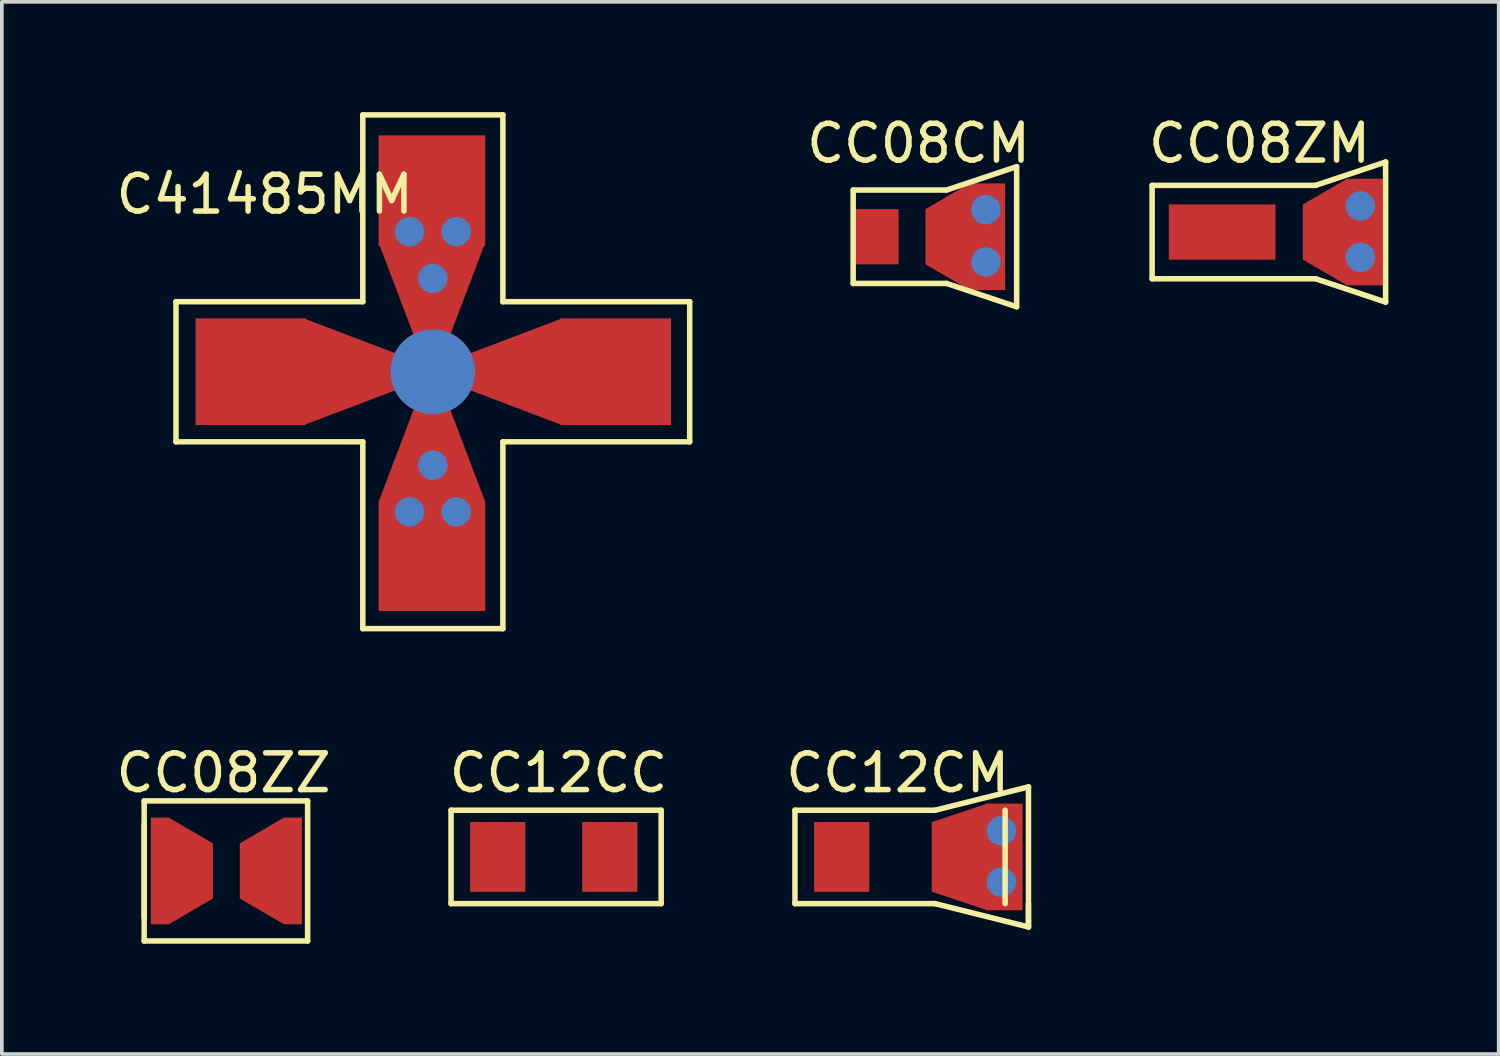
<source format=kicad_pcb>
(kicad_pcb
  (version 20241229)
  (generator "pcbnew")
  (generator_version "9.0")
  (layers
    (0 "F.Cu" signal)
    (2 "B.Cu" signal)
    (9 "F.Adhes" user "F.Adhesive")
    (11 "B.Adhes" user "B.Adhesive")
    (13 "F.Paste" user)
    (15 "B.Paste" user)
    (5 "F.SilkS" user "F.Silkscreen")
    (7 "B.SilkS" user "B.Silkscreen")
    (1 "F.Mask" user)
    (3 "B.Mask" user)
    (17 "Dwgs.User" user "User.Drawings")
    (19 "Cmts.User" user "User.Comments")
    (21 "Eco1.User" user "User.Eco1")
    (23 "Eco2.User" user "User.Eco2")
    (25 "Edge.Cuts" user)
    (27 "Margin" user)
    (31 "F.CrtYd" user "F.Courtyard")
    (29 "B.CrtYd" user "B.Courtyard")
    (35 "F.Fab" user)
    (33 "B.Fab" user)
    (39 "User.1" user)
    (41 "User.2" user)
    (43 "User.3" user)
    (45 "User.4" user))
  (footprint "CC08ZM"
    (layer "F.Cu")
    (at 32.727 3.261)
    (property "Reference" "CC08ZM" (at -1.524 -2.413 0) (layer "F.SilkS") (effects (font (size 1 1) (thickness 0.15))))
    (attr through_hole)
    (fp_line (start -4.445 -1.27) (end -4.445 1.27) (stroke (width 0.15) (type solid)) (layer "F.SilkS"))
    (fp_line (start -4.445 -1.27) (end 0 -1.27) (stroke (width 0.15) (type solid)) (layer "F.SilkS"))
    (fp_line (start -4.445 1.27) (end 0 1.27) (stroke (width 0.15) (type solid)) (layer "F.SilkS"))
    (fp_line (start 0 -1.27) (end 1.905 -1.905) (stroke (width 0.15) (type solid)) (layer "F.SilkS"))
    (fp_line (start 1.905 -1.905) (end 1.905 1.905) (stroke (width 0.15) (type solid)) (layer "F.SilkS"))
    (fp_line (start 1.905 1.905) (end 0 1.27) (stroke (width 0.15) (type solid)) (layer "F.SilkS"))
    (pad "1" smd rect (at -2.54 0) (size 2.901 1.501) (layers "F.Cu" "F.Mask" "F.Paste"))
    (pad "2" smd trapezoid (at 0.254 0) (size 1.199 2.2) (rect_delta -0.699 0) (layers "F.Cu" "F.Mask" "F.Paste"))
    (pad "2" thru_hole circle (at 1.219 -0.711) (size 0.8 0.8) (drill 0.000001) (layers "*.Cu" "*.Mask"))
    (pad "2" thru_hole circle (at 1.219 0.686) (size 0.8 0.8) (drill 0.000001) (layers "*.Cu" "*.Mask"))
    (pad "2" smd rect (at 1.346 0) (size 1.001 2.901) (layers "F.Cu" "F.Mask" "F.Paste")))
  (footprint "CC12CM"
    (layer "F.Cu")
    (at 21.109 20.254)
    (property "Reference" "CC12CM" (at 0.254 -2.286 0) (layer "F.SilkS") (effects (font (size 1 1) (thickness 0.15))))
    (attr through_hole)
    (fp_line (start -2.54 -1.27) (end 1.27 -1.27) (stroke (width 0.15) (type solid)) (layer "F.SilkS"))
    (fp_line (start -2.54 1.27) (end -2.54 -1.27) (stroke (width 0.15) (type solid)) (layer "F.SilkS"))
    (fp_line (start -2.54 1.27) (end 1.27 1.27) (stroke (width 0.15) (type solid)) (layer "F.SilkS"))
    (fp_line (start 1.27 -1.27) (end 3.81 -1.905) (stroke (width 0.15) (type solid)) (layer "F.SilkS"))
    (fp_line (start 1.27 1.27) (end 3.81 1.905) (stroke (width 0.15) (type solid)) (layer "F.SilkS"))
    (fp_line (start 3.175 -1.27) (end 3.175 1.27) (stroke (width 0.15) (type solid)) (layer "F.SilkS"))
    (fp_line (start 3.81 -1.905) (end 3.81 1.905) (stroke (width 0.15) (type solid)) (layer "F.SilkS"))
    (fp_line (start 3.81 1.905) (end 3.81 1.27) (stroke (width 0.15) (type solid)) (layer "F.SilkS"))
    (pad "1" smd rect (at -1.27 0) (size 1.501 1.9) (layers "F.Cu" "F.Mask" "F.Paste"))
    (pad "2" smd trapezoid (at 1.93 0) (size 1.501 2.393) (rect_delta -0.5 0) (layers "F.Cu" "F.Mask" "F.Paste"))
    (pad "2" thru_hole circle (at 3.073 -0.711) (size 0.8 0.8) (drill 0.000001) (layers "*.Cu" "*.Mask"))
    (pad "2" thru_hole circle (at 3.073 0.686) (size 0.8 0.8) (drill 0.000001) (layers "*.Cu" "*.Mask"))
    (pad "2" smd rect (at 3.15 0) (size 1.001 2.901) (layers "F.Cu" "F.Mask" "F.Paste")))
  (footprint "C41485MM"
    (layer "F.Cu")
    (at 8.721 7.06)
    (property "Reference" "C41485MM" (at -4.572 -4.826 0) (layer "F.SilkS") (effects (font (size 1 1) (thickness 0.15))))
    (attr through_hole)
    (fp_line (start -6.985 -1.905) (end -6.985 1.905) (stroke (width 0.15) (type solid)) (layer "F.SilkS"))
    (fp_line (start -6.985 1.905) (end -1.905 1.905) (stroke (width 0.15) (type solid)) (layer "F.SilkS"))
    (fp_line (start -1.905 -6.985) (end -1.905 -1.905) (stroke (width 0.15) (type solid)) (layer "F.SilkS"))
    (fp_line (start -1.905 -1.905) (end -6.985 -1.905) (stroke (width 0.15) (type solid)) (layer "F.SilkS"))
    (fp_line (start -1.905 1.905) (end -1.905 6.985) (stroke (width 0.15) (type solid)) (layer "F.SilkS"))
    (fp_line (start -1.905 6.985) (end 1.905 6.985) (stroke (width 0.15) (type solid)) (layer "F.SilkS"))
    (fp_line (start 1.905 -6.985) (end -1.905 -6.985) (stroke (width 0.15) (type solid)) (layer "F.SilkS"))
    (fp_line (start 1.905 -1.905) (end 1.905 -6.985) (stroke (width 0.15) (type solid)) (layer "F.SilkS"))
    (fp_line (start 1.905 1.905) (end 6.985 1.905) (stroke (width 0.15) (type solid)) (layer "F.SilkS"))
    (fp_line (start 1.905 6.985) (end 1.905 1.905) (stroke (width 0.15) (type solid)) (layer "F.SilkS"))
    (fp_line (start 6.985 -1.905) (end 1.905 -1.905) (stroke (width 0.15) (type solid)) (layer "F.SilkS"))
    (fp_line (start 6.985 1.905) (end 6.985 -1.905) (stroke (width 0.15) (type solid)) (layer "F.SilkS"))
    (pad "" thru_hole circle (at 0 0) (size 2.301 2.301) (drill 0.000001) (layers "*.Cu" "*.Mask"))
    (pad "1" smd rect (at -4.953 0) (size 3.002 2.901) (layers "F.Cu" "F.Mask" "F.Paste" "In14.Cu"))
    (pad "1" smd trapezoid (at -2.261 0) (size 2.502 1.951) (rect_delta 0.95 0) (layers "F.Cu" "F.Mask" "F.Paste" "In14.Cu"))
    (pad "2" thru_hole circle (at -0.635 3.81) (size 0.8 0.8) (drill 0.000001) (layers "*.Cu" "*.Mask"))
    (pad "2" smd trapezoid (at -0.025 2.286) (size 1.951 2.502) (rect_delta 0 0.95) (layers "F.Cu" "F.Mask" "F.Paste" "In14.Cu"))
    (pad "2" smd rect (at -0.025 5.004) (size 2.901 3.002) (layers "F.Cu" "F.Mask" "F.Paste" "In10.Cu" "In13.Cu" "In14.Cu"))
    (pad "2" thru_hole circle (at 0 2.54) (size 0.8 0.8) (drill 0.000001) (layers "*.Cu" "*.Mask"))
    (pad "2" thru_hole circle (at 0.635 3.81) (size 0.8 0.8) (drill 0.000001) (layers "*.Cu" "*.Mask"))
    (pad "3" smd trapezoid (at 2.261 0) (size 2.502 1.951) (rect_delta -0.95 0) (layers "F.Cu" "F.Mask" "F.Paste" "In14.Cu"))
    (pad "3" smd rect (at 4.978 0) (size 3.002 2.901) (layers "F.Cu" "F.Mask" "F.Paste" "In14.Cu"))
    (pad "4" thru_hole circle (at -0.635 -3.81) (size 0.8 0.8) (drill 0.000001) (layers "*.Cu" "*.Mask"))
    (pad "4" smd rect (at -0.025 -4.928) (size 2.901 3.002) (layers "F.Cu" "F.Mask" "F.Paste" "In10.Cu" "In13.Cu" "In14.Cu"))
    (pad "4" smd trapezoid (at -0.025 -2.261) (size 1.951 2.502) (rect_delta 0 -0.95) (layers "F.Cu" "F.Mask" "F.Paste" "In14.Cu"))
    (pad "4" thru_hole circle (at 0 -2.54) (size 0.8 0.8) (drill 0.000001) (layers "*.Cu" "*.Mask"))
    (pad "4" thru_hole circle (at 0.635 -3.81) (size 0.8 0.8) (drill 0.000001) (layers "*.Cu" "*.Mask")))
  (footprint "CC12CC"
    (layer "F.Cu")
    (at 12.01 20.254)
    (property "Reference" "CC12CC" (at 0.127 -2.286 0) (layer "F.SilkS") (effects (font (size 1 1) (thickness 0.15))))
    (attr through_hole)
    (fp_line (start -2.794 -1.27) (end 2.921 -1.27) (stroke (width 0.15) (type solid)) (layer "F.SilkS"))
    (fp_line (start -2.794 1.27) (end -2.794 -1.27) (stroke (width 0.15) (type solid)) (layer "F.SilkS"))
    (fp_line (start 2.921 -1.27) (end 2.921 1.27) (stroke (width 0.15) (type solid)) (layer "F.SilkS"))
    (fp_line (start 2.921 1.27) (end -2.794 1.27) (stroke (width 0.15) (type solid)) (layer "F.SilkS"))
    (pad "1" smd rect (at -1.524 0) (size 1.501 1.9) (layers "F.Cu" "F.Mask" "F.Paste"))
    (pad "2" smd rect (at 1.524 0) (size 1.501 1.9) (layers "F.Cu" "F.Mask" "F.Paste")))
  (footprint "CC08CM"
    (layer "F.Cu")
    (at 22.057 3.388)
    (property "Reference" "CC08CM" (at -0.127 -2.54 0) (layer "F.SilkS") (effects (font (size 1 1) (thickness 0.15))))
    (attr through_hole)
    (fp_line (start -1.905 -1.27) (end -1.905 1.27) (stroke (width 0.15) (type solid)) (layer "F.SilkS"))
    (fp_line (start -1.905 1.27) (end 0.635 1.27) (stroke (width 0.15) (type solid)) (layer "F.SilkS"))
    (fp_line (start 0.635 -1.27) (end -1.905 -1.27) (stroke (width 0.15) (type solid)) (layer "F.SilkS"))
    (fp_line (start 0.635 1.27) (end 2.54 1.905) (stroke (width 0.15) (type solid)) (layer "F.SilkS"))
    (fp_line (start 2.54 -1.905) (end 0.635 -1.27) (stroke (width 0.15) (type solid)) (layer "F.SilkS"))
    (fp_line (start 2.54 1.905) (end 2.54 -1.905) (stroke (width 0.15) (type solid)) (layer "F.SilkS"))
    (pad "1" smd rect (at -1.27 0) (size 1.199 1.501) (layers "F.Cu" "F.Mask" "F.Paste"))
    (pad "2" smd trapezoid (at 0.66 0) (size 1.199 2.2) (rect_delta -0.699 0) (layers "F.Cu" "F.Mask" "F.Paste"))
    (pad "2" thru_hole circle (at 1.702 -0.737) (size 0.8 0.8) (drill 0.000001) (layers "*.Cu" "*.Mask"))
    (pad "2" thru_hole circle (at 1.702 0.686) (size 0.8 0.8) (drill 0.000001) (layers "*.Cu" "*.Mask"))
    (pad "2" smd rect (at 1.727 0) (size 1.001 2.901) (layers "F.Cu" "F.Mask" "F.Paste")))
  (footprint "CC08ZZ"
    (layer "F.Cu")
    (at 3.411 20.635)
    (property "Reference" "CC08ZZ" (at -0.381 -2.667 0) (layer "F.SilkS") (effects (font (size 1 1) (thickness 0.15))))
    (attr through_hole)
    (fp_line (start -2.54 -1.905) (end 1.905 -1.905) (stroke (width 0.15) (type solid)) (layer "F.SilkS"))
    (fp_line (start -2.54 1.27) (end -2.54 -1.27) (stroke (width 0.15) (type solid)) (layer "F.SilkS"))
    (fp_line (start -2.54 1.905) (end -2.54 -1.905) (stroke (width 0.15) (type solid)) (layer "F.SilkS"))
    (fp_line (start -2.54 1.905) (end 1.905 1.905) (stroke (width 0.15) (type solid)) (layer "F.SilkS"))
    (fp_line (start 1.905 -1.905) (end 1.905 1.905) (stroke (width 0.15) (type solid)) (layer "F.SilkS"))
    (pad "1" smd rect (at -2.108 0) (size 0.5 2.901) (layers "F.Cu" "F.Mask" "F.Paste"))
    (pad "1" smd trapezoid (at -1.27 0) (size 1.199 2.2) (rect_delta 0.699 0) (layers "F.Cu" "F.Mask" "F.Paste"))
    (pad "2" smd trapezoid (at 0.66 0) (size 1.199 2.2) (rect_delta -0.699 0) (layers "F.Cu" "F.Mask" "F.Paste"))
    (pad "2" smd rect (at 1.499 0) (size 0.5 2.901) (layers "F.Cu" "F.Mask" "F.Paste")))
  (gr_rect
    (start -3 -3)
    (end 37.707 25.615)
    (stroke (width 0.1) (type default))
    (fill no)
    (layer "Edge.Cuts")))
</source>
